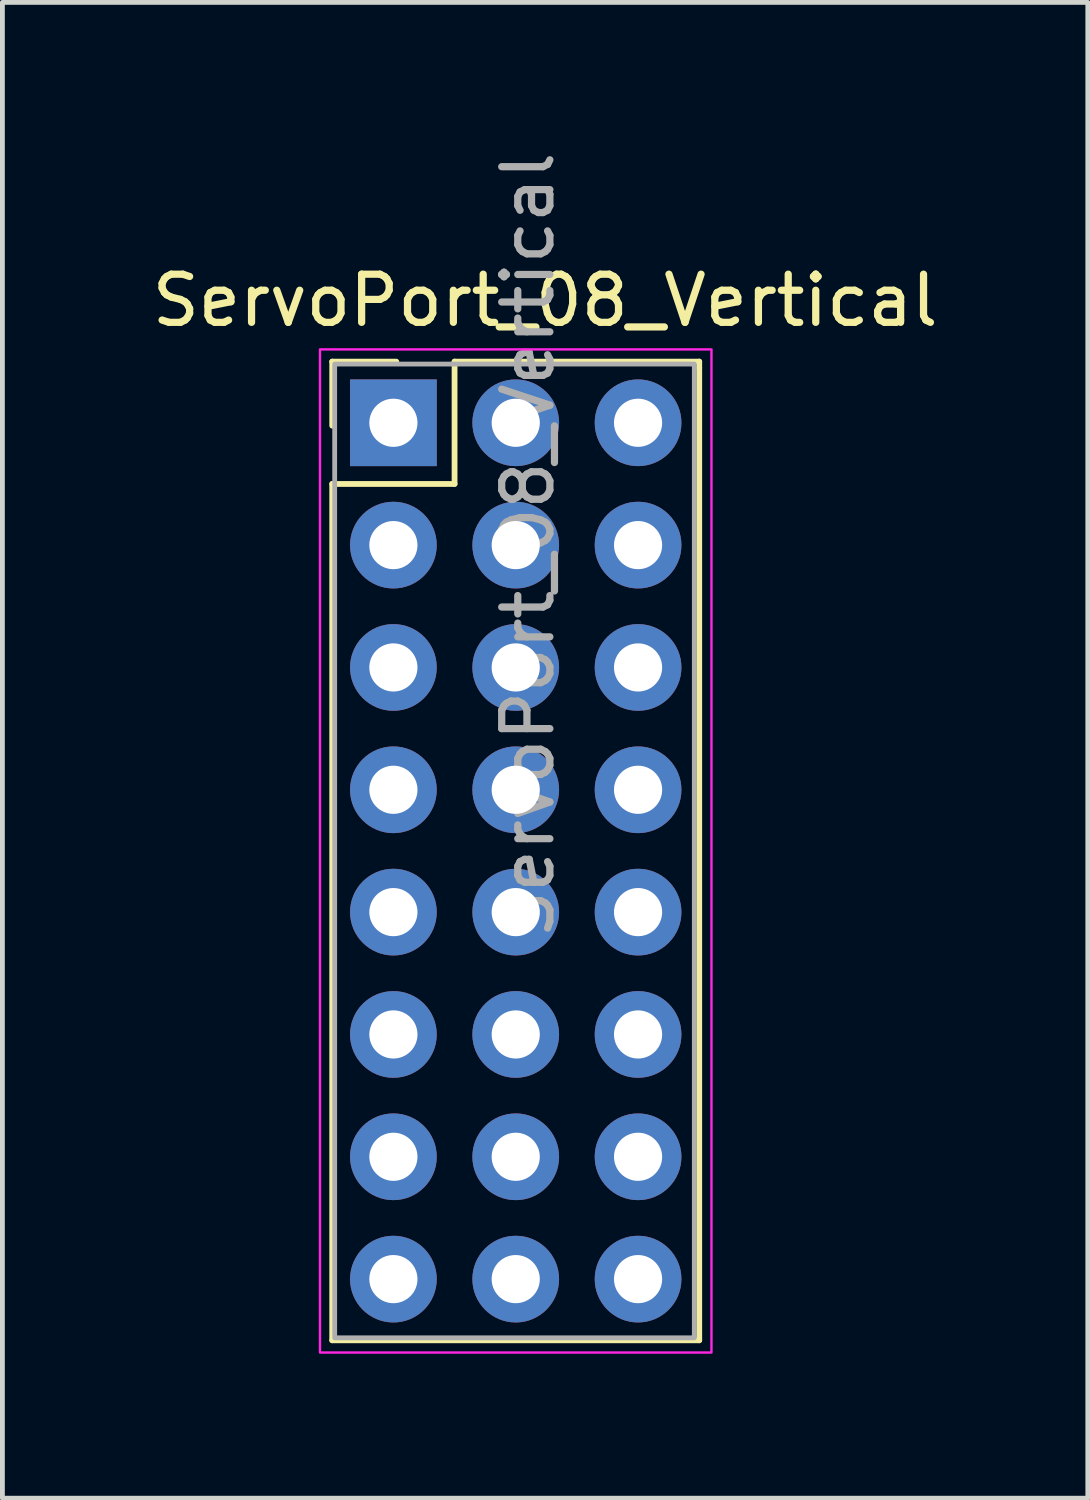
<source format=kicad_pcb>
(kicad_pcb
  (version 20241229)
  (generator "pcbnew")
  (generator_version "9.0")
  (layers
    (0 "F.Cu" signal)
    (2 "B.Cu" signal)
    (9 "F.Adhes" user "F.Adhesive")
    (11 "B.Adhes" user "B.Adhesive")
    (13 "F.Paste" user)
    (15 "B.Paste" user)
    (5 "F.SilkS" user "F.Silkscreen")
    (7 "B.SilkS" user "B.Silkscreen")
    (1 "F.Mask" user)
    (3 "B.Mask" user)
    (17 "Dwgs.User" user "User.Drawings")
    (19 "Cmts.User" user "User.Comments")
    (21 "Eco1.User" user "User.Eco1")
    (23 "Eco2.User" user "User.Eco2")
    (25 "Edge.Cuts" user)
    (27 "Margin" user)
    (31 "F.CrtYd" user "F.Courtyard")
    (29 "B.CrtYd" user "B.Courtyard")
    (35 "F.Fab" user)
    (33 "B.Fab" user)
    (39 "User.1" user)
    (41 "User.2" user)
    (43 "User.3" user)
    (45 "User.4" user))
  (footprint "ServoPort_08_Vertical"
    (layer "F.Cu")
    (at 5.118 5.728)
    (property "Reference" "ServoPort_08_Vertical" (at 3.15 -2.54 0) (unlocked yes) (layer "F.SilkS") (effects (font (size 1 1) (thickness 0.15))))
    (attr through_hole)
    (fp_line (start -1.27 -1.27) (end 0.06 -1.27) (stroke (width 0.12) (type solid)) (layer "F.SilkS"))
    (fp_line (start -1.27 0.06) (end -1.27 -1.27) (stroke (width 0.12) (type solid)) (layer "F.SilkS"))
    (fp_line (start -1.27 1.27) (end -1.27 19.05) (stroke (width 0.12) (type solid)) (layer "F.SilkS"))
    (fp_line (start -1.27 19.05) (end 6.35 19.05) (stroke (width 0.12) (type solid)) (layer "F.SilkS"))
    (fp_line (start 1.27 -1.27) (end 1.27 1.27) (stroke (width 0.12) (type solid)) (layer "F.SilkS"))
    (fp_line (start 1.27 1.27) (end -1.27 1.27) (stroke (width 0.12) (type solid)) (layer "F.SilkS"))
    (fp_line (start 6.35 -1.27) (end 1.27 -1.27) (stroke (width 0.12) (type solid)) (layer "F.SilkS"))
    (fp_line (start 6.35 -1.143) (end 6.35 -1.27) (stroke (width 0.12) (type solid)) (layer "F.SilkS"))
    (fp_line (start 6.35 19.05) (end 6.35 -1.143) (stroke (width 0.12) (type solid)) (layer "F.SilkS"))
    (fp_rect (start -1.524 -1.524) (end 6.604 19.304) (stroke (width 0.05) (type solid)) (fill no) (layer "F.CrtYd"))
    (fp_rect (start -1.219 -1.219) (end 6.248 18.999) (stroke (width 0.1) (type solid)) (fill no) (layer "F.Fab"))
    (fp_text user "${REFERENCE}" (at 2.794 2.54 90) (unlocked yes) (layer "F.Fab") (effects (font (size 1 1) (thickness 0.15))))
    (pad "1" thru_hole rect (at 0 0) (size 1.8 1.8) (drill 1) (layers "*.Cu" "*.Mask"))
    (pad "2" thru_hole circle (at 0 2.54) (size 1.8 1.8) (drill 1) (layers "*.Cu" "*.Mask"))
    (pad "3" thru_hole circle (at 0 5.08) (size 1.8 1.8) (drill 1) (layers "*.Cu" "*.Mask"))
    (pad "4" thru_hole circle (at 0 7.62) (size 1.8 1.8) (drill 1) (layers "*.Cu" "*.Mask"))
    (pad "5" thru_hole circle (at 0 10.16) (size 1.8 1.8) (drill 1) (layers "*.Cu" "*.Mask"))
    (pad "6" thru_hole circle (at 0 12.7) (size 1.8 1.8) (drill 1) (layers "*.Cu" "*.Mask"))
    (pad "7" thru_hole circle (at 0 15.24) (size 1.8 1.8) (drill 1) (layers "*.Cu" "*.Mask"))
    (pad "8" thru_hole circle (at 0 17.78) (size 1.8 1.8) (drill 1) (layers "*.Cu" "*.Mask"))
    (pad "GND" thru_hole circle (at 5.08 0) (size 1.8 1.8) (drill 1) (layers "*.Cu" "*.Mask"))
    (pad "GND" thru_hole circle (at 5.08 2.54) (size 1.8 1.8) (drill 1) (layers "*.Cu" "*.Mask"))
    (pad "GND" thru_hole circle (at 5.08 5.08) (size 1.8 1.8) (drill 1) (layers "*.Cu" "*.Mask"))
    (pad "GND" thru_hole circle (at 5.08 7.62) (size 1.8 1.8) (drill 1) (layers "*.Cu" "*.Mask"))
    (pad "GND" thru_hole circle (at 5.08 10.16) (size 1.8 1.8) (drill 1) (layers "*.Cu" "*.Mask"))
    (pad "GND" thru_hole circle (at 5.08 12.7) (size 1.8 1.8) (drill 1) (layers "*.Cu" "*.Mask"))
    (pad "GND" thru_hole circle (at 5.08 15.24) (size 1.8 1.8) (drill 1) (layers "*.Cu" "*.Mask"))
    (pad "GND" thru_hole circle (at 5.08 17.78) (size 1.8 1.8) (drill 1) (layers "*.Cu" "*.Mask"))
    (pad "VCC" thru_hole circle (at 2.54 0) (size 1.8 1.8) (drill 1) (layers "*.Cu" "*.Mask"))
    (pad "VCC" thru_hole circle (at 2.54 2.54) (size 1.8 1.8) (drill 1) (layers "*.Cu" "*.Mask"))
    (pad "VCC" thru_hole circle (at 2.54 5.08) (size 1.8 1.8) (drill 1) (layers "*.Cu" "*.Mask"))
    (pad "VCC" thru_hole circle (at 2.54 7.62) (size 1.8 1.8) (drill 1) (layers "*.Cu" "*.Mask"))
    (pad "VCC" thru_hole circle (at 2.54 10.16) (size 1.8 1.8) (drill 1) (layers "*.Cu" "*.Mask"))
    (pad "VCC" thru_hole circle (at 2.54 12.7) (size 1.8 1.8) (drill 1) (layers "*.Cu" "*.Mask"))
    (pad "VCC" thru_hole circle (at 2.54 15.24) (size 1.8 1.8) (drill 1) (layers "*.Cu" "*.Mask"))
    (pad "VCC" thru_hole circle (at 2.54 17.78) (size 1.8 1.8) (drill 1) (layers "*.Cu" "*.Mask")))
  (gr_rect
    (start -3 -3)
    (end 19.536 28.057)
    (stroke (width 0.1) (type default))
    (fill no)
    (layer "Edge.Cuts")))
</source>
